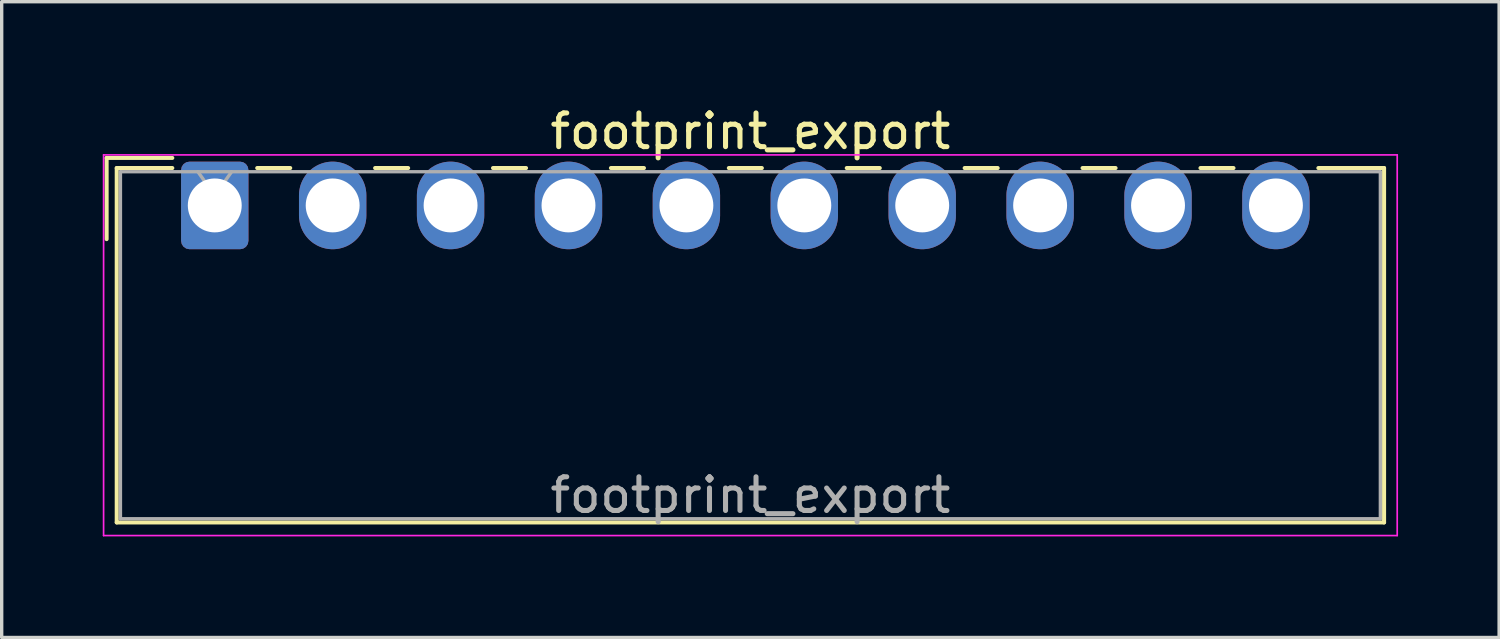
<source format=kicad_pcb>
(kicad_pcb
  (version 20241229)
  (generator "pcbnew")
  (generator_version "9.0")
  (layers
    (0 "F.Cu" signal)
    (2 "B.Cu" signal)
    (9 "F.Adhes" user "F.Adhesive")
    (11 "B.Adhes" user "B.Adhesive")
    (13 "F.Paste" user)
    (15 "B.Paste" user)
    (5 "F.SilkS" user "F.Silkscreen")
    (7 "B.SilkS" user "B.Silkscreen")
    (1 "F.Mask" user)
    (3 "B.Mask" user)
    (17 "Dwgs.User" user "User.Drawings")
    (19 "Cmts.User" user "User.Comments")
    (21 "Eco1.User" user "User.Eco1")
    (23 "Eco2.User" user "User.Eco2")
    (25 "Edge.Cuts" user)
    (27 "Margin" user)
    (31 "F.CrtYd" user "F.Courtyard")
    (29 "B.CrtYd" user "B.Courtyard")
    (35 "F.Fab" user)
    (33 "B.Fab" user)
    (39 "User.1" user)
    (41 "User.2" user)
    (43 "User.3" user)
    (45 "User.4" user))
  (footprint "footprint_export"
    (layer "F.Cu")
    (at 3.325 3.048)
    (property "Reference" "footprint_export" (at 15.9 -2.2 0) (layer "F.SilkS") (effects (font (size 1 1) (thickness 0.15))))
    (attr through_hole)
    (fp_line (start -3.21 -1.41) (end -1.26 -1.41) (stroke (width 0.12) (type solid)) (layer "F.SilkS"))
    (fp_line (start -3.21 1) (end -3.21 -1.41) (stroke (width 0.12) (type solid)) (layer "F.SilkS"))
    (fp_line (start -2.91 -1.11) (end -2.91 9.41) (stroke (width 0.12) (type solid)) (layer "F.SilkS"))
    (fp_line (start -2.91 9.41) (end 34.71 9.41) (stroke (width 0.12) (type solid)) (layer "F.SilkS"))
    (fp_line (start -1.26 -1.11) (end -2.91 -1.11) (stroke (width 0.12) (type solid)) (layer "F.SilkS"))
    (fp_line (start 1.26 -1.11) (end 2.24 -1.11) (stroke (width 0.12) (type solid)) (layer "F.SilkS"))
    (fp_line (start 4.76 -1.11) (end 5.74 -1.11) (stroke (width 0.12) (type solid)) (layer "F.SilkS"))
    (fp_line (start 8.26 -1.11) (end 9.24 -1.11) (stroke (width 0.12) (type solid)) (layer "F.SilkS"))
    (fp_line (start 11.76 -1.11) (end 12.74 -1.11) (stroke (width 0.12) (type solid)) (layer "F.SilkS"))
    (fp_line (start 15.26 -1.11) (end 16.24 -1.11) (stroke (width 0.12) (type solid)) (layer "F.SilkS"))
    (fp_line (start 18.76 -1.11) (end 19.74 -1.11) (stroke (width 0.12) (type solid)) (layer "F.SilkS"))
    (fp_line (start 22.26 -1.11) (end 23.24 -1.11) (stroke (width 0.12) (type solid)) (layer "F.SilkS"))
    (fp_line (start 25.76 -1.11) (end 26.74 -1.11) (stroke (width 0.12) (type solid)) (layer "F.SilkS"))
    (fp_line (start 29.26 -1.11) (end 30.24 -1.11) (stroke (width 0.12) (type solid)) (layer "F.SilkS"))
    (fp_line (start 34.71 -1.11) (end 32.76 -1.11) (stroke (width 0.12) (type solid)) (layer "F.SilkS"))
    (fp_line (start 34.71 9.41) (end 34.71 -1.11) (stroke (width 0.12) (type solid)) (layer "F.SilkS"))
    (fp_line (start -3.3 -1.5) (end -3.3 9.8) (stroke (width 0.05) (type solid)) (layer "F.CrtYd"))
    (fp_line (start -3.3 9.8) (end 35.1 9.8) (stroke (width 0.05) (type solid)) (layer "F.CrtYd"))
    (fp_line (start 35.1 -1.5) (end -3.3 -1.5) (stroke (width 0.05) (type solid)) (layer "F.CrtYd"))
    (fp_line (start 35.1 9.8) (end 35.1 -1.5) (stroke (width 0.05) (type solid)) (layer "F.CrtYd"))
    (fp_line (start -2.8 -1) (end -2.8 9.3) (stroke (width 0.1) (type solid)) (layer "F.Fab"))
    (fp_line (start -2.8 9.3) (end 34.6 9.3) (stroke (width 0.1) (type solid)) (layer "F.Fab"))
    (fp_line (start -0.5 -1) (end 0 -0.293) (stroke (width 0.1) (type solid)) (layer "F.Fab"))
    (fp_line (start 0 -0.293) (end 0.5 -1) (stroke (width 0.1) (type solid)) (layer "F.Fab"))
    (fp_line (start 34.6 -1) (end -2.8 -1) (stroke (width 0.1) (type solid)) (layer "F.Fab"))
    (fp_line (start 34.6 9.3) (end 34.6 -1) (stroke (width 0.1) (type solid)) (layer "F.Fab"))
    (fp_text user "${REFERENCE}" (at 15.9 8.6 0) (layer "F.Fab") (effects (font (size 1 1) (thickness 0.15))))
    (pad "1" thru_hole roundrect (at 0 0) (size 2 2.6) (drill 1.6) (layers "*.Cu" "*.Mask") (roundrect_rratio 0.125))
    (pad "2" thru_hole oval (at 3.5 0) (size 2 2.6) (drill 1.6) (layers "*.Cu" "*.Mask"))
    (pad "3" thru_hole oval (at 7 0) (size 2 2.6) (drill 1.6) (layers "*.Cu" "*.Mask"))
    (pad "4" thru_hole oval (at 10.5 0) (size 2 2.6) (drill 1.6) (layers "*.Cu" "*.Mask"))
    (pad "5" thru_hole oval (at 14 0) (size 2 2.6) (drill 1.6) (layers "*.Cu" "*.Mask"))
    (pad "6" thru_hole oval (at 17.5 0) (size 2 2.6) (drill 1.6) (layers "*.Cu" "*.Mask"))
    (pad "7" thru_hole oval (at 21 0) (size 2 2.6) (drill 1.6) (layers "*.Cu" "*.Mask"))
    (pad "8" thru_hole oval (at 24.5 0) (size 2 2.6) (drill 1.6) (layers "*.Cu" "*.Mask"))
    (pad "9" thru_hole oval (at 28 0) (size 2 2.6) (drill 1.6) (layers "*.Cu" "*.Mask"))
    (pad "10" thru_hole oval (at 31.5 0) (size 2 2.6) (drill 1.6) (layers "*.Cu" "*.Mask")))
  (gr_rect
    (start -3 -3)
    (end 41.45 15.873)
    (stroke (width 0.1) (type default))
    (fill no)
    (layer "Edge.Cuts")))
</source>
